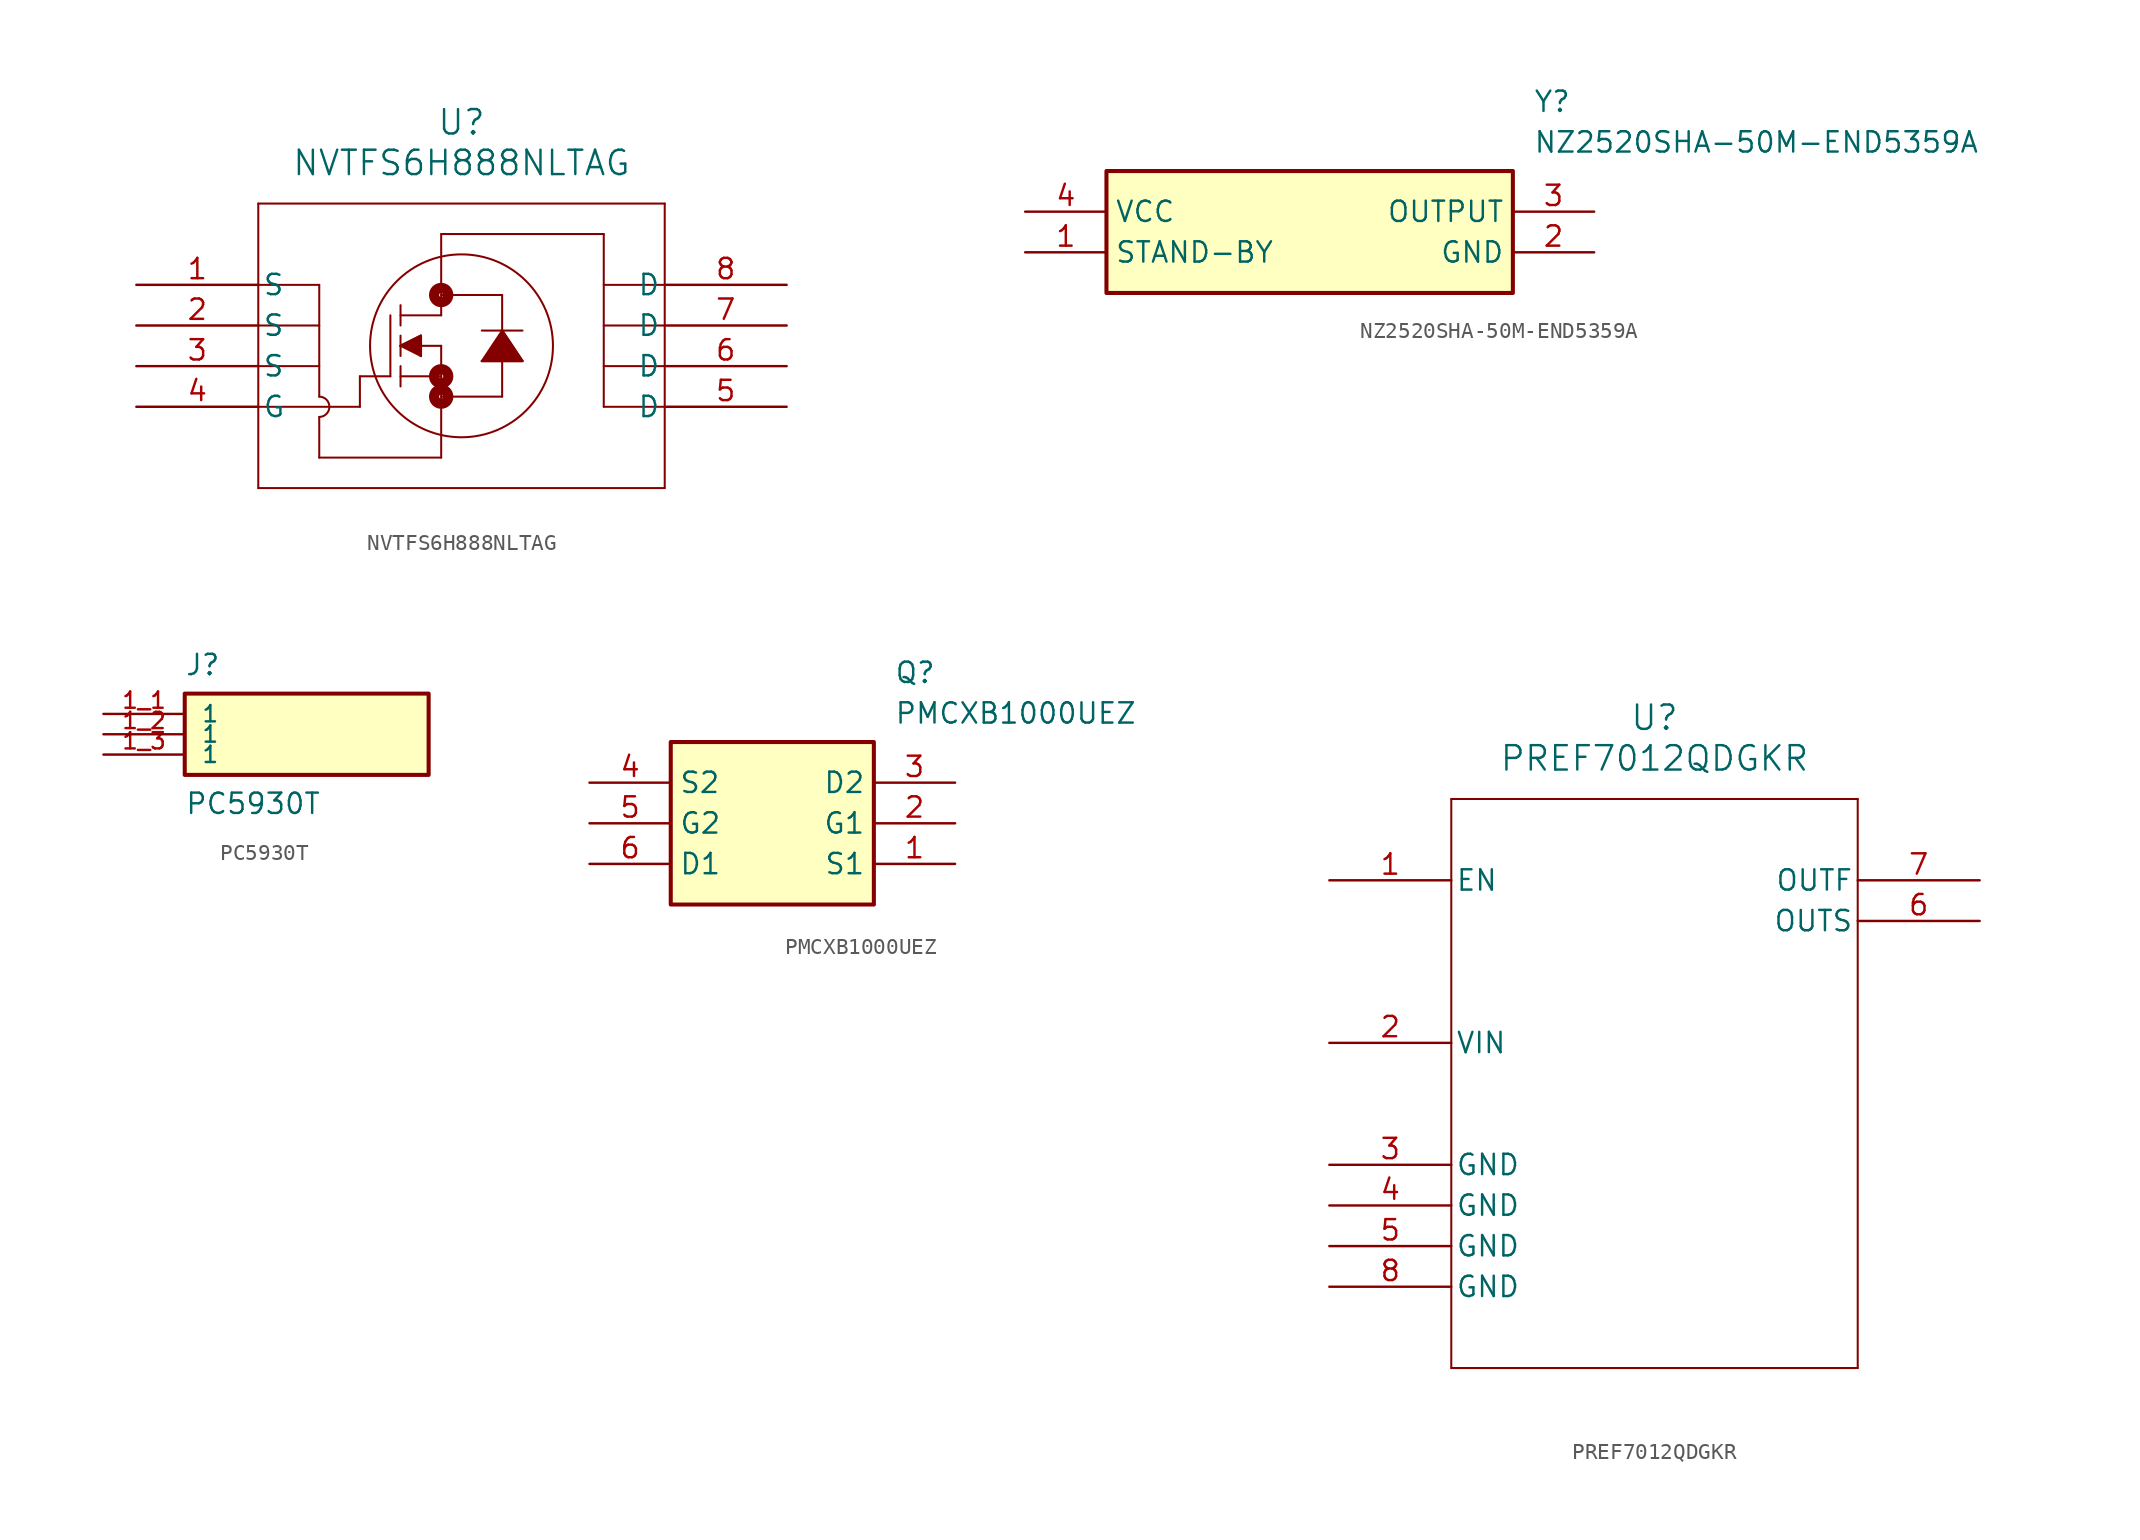
<source format=kicad_sym>
(kicad_symbol_lib
  (version 20241209)
  (generator "kicad_symbol_editor")
  (generator_version "9.0")
  (symbol "NVTFS6H888NLTAG"
    (pin_names
      (offset 0.254))
    (property "Reference" "U"
      (at 20.32 10.16 0)
      (effects (font (size 1.524 1.524))))
    (property "Value" "NVTFS6H888NLTAG"
      (at 20.32 7.62 0)
      (effects (font (size 1.524 1.524))))
    (property "ki_locked" ""
      (at 0 0 0)
      (effects (font (size 1.27 1.27))))
    (symbol "NVTFS6H888NLTAG_0_1"
      (polyline (pts (xy 7.62 5.08) (xy 7.62 -12.7)) (stroke (width 0.127) (type default)) (fill (type none)))
      (polyline (pts (xy 7.62 -2.54) (xy 11.43 -2.54)) (stroke (width 0.127) (type default)) (fill (type none)))
      (polyline (pts (xy 7.62 -12.7) (xy 33.02 -12.7)) (stroke (width 0.127) (type default)) (fill (type none)))
      (arc (start 11.43 -6.985) (mid 12.0622 -7.62) (end 11.43 -8.255) (stroke (width 0.127) (type default)) (fill (type none)))
      (polyline (pts (xy 11.43 0) (xy 7.62 0)) (stroke (width 0.127) (type default)) (fill (type none)))
      (polyline (pts (xy 11.43 -5.08) (xy 7.62 -5.08)) (stroke (width 0.127) (type default)) (fill (type none)))
      (polyline (pts (xy 11.43 -6.985) (xy 11.43 0)) (stroke (width 0.127) (type default)) (fill (type none)))
      (polyline (pts (xy 11.43 -8.255) (xy 11.43 -10.795)) (stroke (width 0.127) (type default)) (fill (type none)))
      (polyline (pts (xy 11.43 -10.795) (xy 19.05 -10.795)) (stroke (width 0.127) (type default)) (fill (type none)))
      (polyline (pts (xy 13.97 -5.715) (xy 13.97 -7.62)) (stroke (width 0.127) (type default)) (fill (type none)))
      (polyline (pts (xy 13.97 -7.62) (xy 7.62 -7.62)) (stroke (width 0.127) (type default)) (fill (type none)))
      (polyline (pts (xy 15.875 -1.905) (xy 15.875 -5.715)) (stroke (width 0.127) (type default)) (fill (type none)))
      (polyline (pts (xy 15.875 -5.715) (xy 13.97 -5.715)) (stroke (width 0.127) (type default)) (fill (type none)))
      (polyline (pts (xy 16.51 -1.905) (xy 19.05 -1.905)) (stroke (width 0.127) (type default)) (fill (type none)))
      (polyline (pts (xy 16.51 -2.54) (xy 16.51 -1.27)) (stroke (width 0.127) (type default)) (fill (type none)))
      (polyline (pts (xy 16.51 -3.175) (xy 16.51 -4.445)) (stroke (width 0.127) (type default)) (fill (type none)))
      (polyline (pts (xy 16.51 -3.81) (xy 17.78 -3.175)) (stroke (width 0.127) (type default)) (fill (type none)))
      (polyline (pts (xy 16.51 -3.81) (xy 17.78 -4.445)) (stroke (width 0.127) (type default)) (fill (type none)))
      (polyline (pts (xy 16.51 -3.81) (xy 17.78 -3.175) (xy 17.78 -4.445)) (stroke (width 0) (type default)) (fill (type outline)))
      (polyline (pts (xy 16.51 -5.08) (xy 16.51 -6.35)) (stroke (width 0.127) (type default)) (fill (type none)))
      (polyline (pts (xy 16.51 -5.715) (xy 19.05 -5.715)) (stroke (width 0.127) (type default)) (fill (type none)))
      (polyline (pts (xy 17.78 -3.175) (xy 17.78 -4.445)) (stroke (width 0.127) (type default)) (fill (type none)))
      (circle (center 19.05 -0.635) (radius 0.127) (stroke (width 0.635) (type default)) (fill (type none)))
      (polyline (pts (xy 19.05 -1.905) (xy 19.05 3.175)) (stroke (width 0.127) (type default)) (fill (type none)))
      (polyline (pts (xy 19.05 -3.81) (xy 16.51 -3.81)) (stroke (width 0.127) (type default)) (fill (type none)))
      (polyline (pts (xy 19.05 -3.81) (xy 19.05 -10.795)) (stroke (width 0.127) (type default)) (fill (type none)))
      (circle (center 19.05 -5.715) (radius 0.127) (stroke (width 0.635) (type default)) (fill (type none)))
      (polyline (pts (xy 19.05 -6.985) (xy 22.86 -6.985)) (stroke (width 0.127) (type default)) (fill (type none)))
      (circle (center 19.05 -6.985) (radius 0.127) (stroke (width 0.635) (type default)) (fill (type none)))
      (circle (center 20.32 -3.81) (radius 5.715) (stroke (width 0.127) (type default)) (fill (type none)))
      (polyline (pts (xy 21.59 -2.857) (xy 24.13 -2.857)) (stroke (width 0.127) (type default)) (fill (type none)))
      (polyline (pts (xy 21.59 -4.763) (xy 24.13 -4.763) (xy 22.86 -2.857)) (stroke (width 0) (type default)) (fill (type outline)))
      (polyline (pts (xy 22.86 -0.635) (xy 19.05 -0.635)) (stroke (width 0.127) (type default)) (fill (type none)))
      (polyline (pts (xy 22.86 -2.857) (xy 21.59 -4.763)) (stroke (width 0.127) (type default)) (fill (type none)))
      (polyline (pts (xy 22.86 -6.985) (xy 22.86 -0.635)) (stroke (width 0.127) (type default)) (fill (type none)))
      (polyline (pts (xy 24.13 -4.763) (xy 21.59 -4.763)) (stroke (width 0.127) (type default)) (fill (type none)))
      (polyline (pts (xy 24.13 -4.763) (xy 22.86 -2.857)) (stroke (width 0.127) (type default)) (fill (type none)))
      (polyline (pts (xy 29.21 3.175) (xy 19.05 3.175)) (stroke (width 0.127) (type default)) (fill (type none)))
      (polyline (pts (xy 29.21 -7.62) (xy 29.21 3.175)) (stroke (width 0.127) (type default)) (fill (type none)))
      (polyline (pts (xy 33.02 5.08) (xy 7.62 5.08)) (stroke (width 0.127) (type default)) (fill (type none)))
      (polyline (pts (xy 33.02 0) (xy 29.21 0)) (stroke (width 0.127) (type default)) (fill (type none)))
      (polyline (pts (xy 33.02 -2.54) (xy 29.21 -2.54)) (stroke (width 0.127) (type default)) (fill (type none)))
      (polyline (pts (xy 33.02 -5.08) (xy 29.21 -5.08)) (stroke (width 0.127) (type default)) (fill (type none)))
      (polyline (pts (xy 33.02 -7.62) (xy 29.21 -7.62)) (stroke (width 0.127) (type default)) (fill (type none)))
      (polyline (pts (xy 33.02 -12.7) (xy 33.02 5.08)) (stroke (width 0.127) (type default)) (fill (type none)))
      (pin unspecified line (at 0 0 0) (length 7.62) (name "S" (effects (font (size 1.27 1.27)))) (number "1" (effects (font (size 1.27 1.27)))))
      (pin unspecified line (at 0 -2.54 0) (length 7.62) (name "S" (effects (font (size 1.27 1.27)))) (number "2" (effects (font (size 1.27 1.27)))))
      (pin unspecified line (at 0 -5.08 0) (length 7.62) (name "S" (effects (font (size 1.27 1.27)))) (number "3" (effects (font (size 1.27 1.27)))))
      (pin unspecified line (at 0 -7.62 0) (length 7.62) (name "G" (effects (font (size 1.27 1.27)))) (number "4" (effects (font (size 1.27 1.27)))))
      (pin unspecified line (at 40.64 0 180) (length 7.62) (name "D" (effects (font (size 1.27 1.27)))) (number "8" (effects (font (size 1.27 1.27)))))
      (pin unspecified line (at 40.64 -2.54 180) (length 7.62) (name "D" (effects (font (size 1.27 1.27)))) (number "7" (effects (font (size 1.27 1.27)))))
      (pin unspecified line (at 40.64 -5.08 180) (length 7.62) (name "D" (effects (font (size 1.27 1.27)))) (number "6" (effects (font (size 1.27 1.27)))))
      (pin unspecified line (at 40.64 -7.62 180) (length 7.62) (name "D" (effects (font (size 1.27 1.27)))) (number "5" (effects (font (size 1.27 1.27)))))))
  (symbol "NZ2520SHA-50M-END5359A"
    (property "Reference" "Y"
      (at 31.75 7.62 0)
      (effects (font (size 1.27 1.27)) (justify left top)))
    (property "Value" "NZ2520SHA-50M-END5359A"
      (at 31.75 5.08 0)
      (effects (font (size 1.27 1.27)) (justify left top)))
    (symbol "NZ2520SHA-50M-END5359A_1_1"
      (rectangle (start 5.08 2.54) (end 30.48 -5.08) (stroke (width 0.254) (type default)) (fill (type background)))
      (pin passive line (at 0 0 0) (length 5.08) (name "VCC" (effects (font (size 1.27 1.27)))) (number "4" (effects (font (size 1.27 1.27)))))
      (pin passive line (at 0 -2.54 0) (length 5.08) (name "STAND-BY" (effects (font (size 1.27 1.27)))) (number "1" (effects (font (size 1.27 1.27)))))
      (pin passive line (at 35.56 0 180) (length 5.08) (name "OUTPUT" (effects (font (size 1.27 1.27)))) (number "3" (effects (font (size 1.27 1.27)))))
      (pin passive line (at 35.56 -2.54 180) (length 5.08) (name "GND" (effects (font (size 1.27 1.27)))) (number "2" (effects (font (size 1.27 1.27)))))))
  (symbol "PC5930T"
    (pin_names
      (offset 1.016))
    (property "Reference" "J"
      (at -7.62 5.08 0)
      (effects (font (size 1.27 1.27)) (justify left top)))
    (property "Value" "PC5930T"
      (at -7.62 -5.08 0)
      (effects (font (size 1.27 1.27)) (justify left bottom)))
    (symbol "PC5930T_0_0"
      (rectangle (start -7.62 2.54) (end 7.62 -2.54) (stroke (width 0.254) (type default)) (fill (type background)))
      (pin power_in line (at -12.7 1.27 0) (length 5.08) (name "1" (effects (font (size 1.016 1.016)))) (number "1_1" (effects (font (size 1.016 1.016)))))
      (pin power_in line (at -12.7 -1.27 0) (length 5.08) (name "1" (effects (font (size 1.016 1.016)))) (number "1_3" (effects (font (size 1.016 1.016))))))
    (symbol "PC5930T_1_0"
      (pin power_in line (at -12.7 0 0) (length 5.08) (name "1" (effects (font (size 1.016 1.016)))) (number "1_2" (effects (font (size 1.016 1.016)))))))
  (symbol "PMCXB1000UEZ"
    (property "Reference" "Q"
      (at 19.05 7.62 0)
      (effects (font (size 1.27 1.27)) (justify left top)))
    (property "Value" "PMCXB1000UEZ"
      (at 19.05 5.08 0)
      (effects (font (size 1.27 1.27)) (justify left top)))
    (symbol "PMCXB1000UEZ_1_1"
      (rectangle (start 5.08 2.54) (end 17.78 -7.62) (stroke (width 0.254) (type default)) (fill (type background)))
      (pin passive line (at 0 0 0) (length 5.08) (name "S2" (effects (font (size 1.27 1.27)))) (number "4" (effects (font (size 1.27 1.27)))))
      (pin passive line (at 0 -2.54 0) (length 5.08) (name "G2" (effects (font (size 1.27 1.27)))) (number "5" (effects (font (size 1.27 1.27)))))
      (pin passive line (at 0 -5.08 0) (length 5.08) (name "D1" (effects (font (size 1.27 1.27)))) (number "6" (effects (font (size 1.27 1.27)))))
      (pin passive line (at 22.86 0 180) (length 5.08) (name "D2" (effects (font (size 1.27 1.27)))) (number "3" (effects (font (size 1.27 1.27)))))
      (pin passive line (at 22.86 -2.54 180) (length 5.08) (name "G1" (effects (font (size 1.27 1.27)))) (number "2" (effects (font (size 1.27 1.27)))))
      (pin passive line (at 22.86 -5.08 180) (length 5.08) (name "S1" (effects (font (size 1.27 1.27)))) (number "1" (effects (font (size 1.27 1.27)))))))
  (symbol "PREF7012QDGKR"
    (pin_names
      (offset 0.254))
    (property "Reference" "U"
      (at 20.32 10.16 0)
      (effects (font (size 1.524 1.524))))
    (property "Value" "PREF7012QDGKR"
      (at 20.32 7.62 0)
      (effects (font (size 1.524 1.524))))
    (property "ki_locked" ""
      (at 0 0 0)
      (effects (font (size 1.27 1.27))))
    (symbol "PREF7012QDGKR_0_1"
      (polyline (pts (xy 7.62 5.08) (xy 7.62 -30.48)) (stroke (width 0.127) (type default)) (fill (type none)))
      (polyline (pts (xy 7.62 -30.48) (xy 33.02 -30.48)) (stroke (width 0.127) (type default)) (fill (type none)))
      (polyline (pts (xy 33.02 5.08) (xy 7.62 5.08)) (stroke (width 0.127) (type default)) (fill (type none)))
      (polyline (pts (xy 33.02 -30.48) (xy 33.02 5.08)) (stroke (width 0.127) (type default)) (fill (type none)))
      (pin input line (at 0 0 0) (length 7.62) (name "EN" (effects (font (size 1.27 1.27)))) (number "1" (effects (font (size 1.27 1.27)))))
      (pin power_in line (at 0 -10.16 0) (length 7.62) (name "VIN" (effects (font (size 1.27 1.27)))) (number "2" (effects (font (size 1.27 1.27)))))
      (pin power_out line (at 0 -17.78 0) (length 7.62) (name "GND" (effects (font (size 1.27 1.27)))) (number "3" (effects (font (size 1.27 1.27)))))
      (pin power_out line (at 0 -20.32 0) (length 7.62) (name "GND" (effects (font (size 1.27 1.27)))) (number "4" (effects (font (size 1.27 1.27)))))
      (pin power_out line (at 0 -22.86 0) (length 7.62) (name "GND" (effects (font (size 1.27 1.27)))) (number "5" (effects (font (size 1.27 1.27)))))
      (pin power_out line (at 0 -25.4 0) (length 7.62) (name "GND" (effects (font (size 1.27 1.27)))) (number "8" (effects (font (size 1.27 1.27)))))
      (pin output line (at 40.64 0 180) (length 7.62) (name "OUTF" (effects (font (size 1.27 1.27)))) (number "7" (effects (font (size 1.27 1.27)))))
      (pin input line (at 40.64 -2.54 180) (length 7.62) (name "OUTS" (effects (font (size 1.27 1.27)))) (number "6" (effects (font (size 1.27 1.27))))))))
</source>
